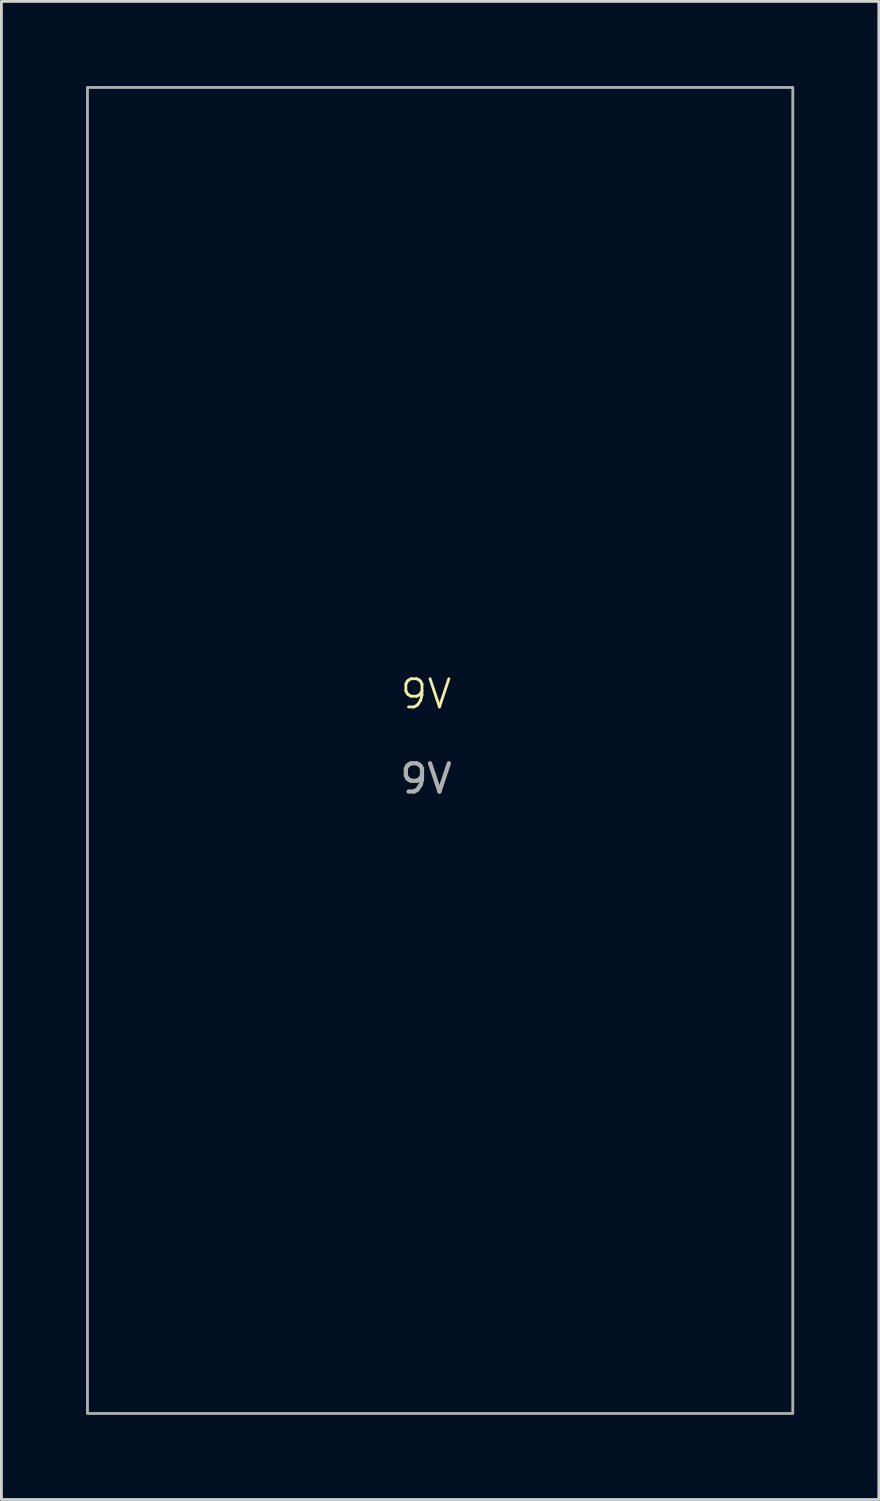
<source format=kicad_pcb>
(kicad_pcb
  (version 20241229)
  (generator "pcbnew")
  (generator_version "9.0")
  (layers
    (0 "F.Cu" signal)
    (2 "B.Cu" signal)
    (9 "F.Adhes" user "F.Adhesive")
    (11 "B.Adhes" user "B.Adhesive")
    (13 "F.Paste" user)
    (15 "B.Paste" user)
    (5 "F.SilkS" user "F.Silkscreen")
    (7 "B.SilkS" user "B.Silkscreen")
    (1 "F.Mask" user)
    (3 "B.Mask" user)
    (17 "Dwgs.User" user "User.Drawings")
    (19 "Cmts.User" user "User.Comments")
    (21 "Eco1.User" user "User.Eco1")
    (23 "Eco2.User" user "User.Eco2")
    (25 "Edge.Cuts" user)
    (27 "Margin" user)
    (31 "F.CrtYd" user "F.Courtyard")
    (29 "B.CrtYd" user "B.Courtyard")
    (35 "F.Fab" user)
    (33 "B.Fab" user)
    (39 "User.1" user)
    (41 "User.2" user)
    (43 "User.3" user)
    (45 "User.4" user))
  (footprint "9V"
    (layer "F.Cu")
    (at 12.05 22.05)
    (property "Reference" "9V" (at 0 -0.5 0) (unlocked yes) (layer "F.SilkS") (effects (font (size 1 1) (thickness 0.1))))
    (attr through_hole)
    (fp_rect (start -12 -22) (end 13 25) (stroke (width 0.1) (type default)) (fill no) (layer "F.Fab"))
    (fp_text user "${REFERENCE}" (at 0 2.5 0) (unlocked yes) (layer "F.Fab") (effects (font (size 1 1) (thickness 0.15)))))
  (gr_rect
    (start -3 -3)
    (end 28.1 50.1)
    (stroke (width 0.1) (type default))
    (fill no)
    (layer "Edge.Cuts")))
</source>
